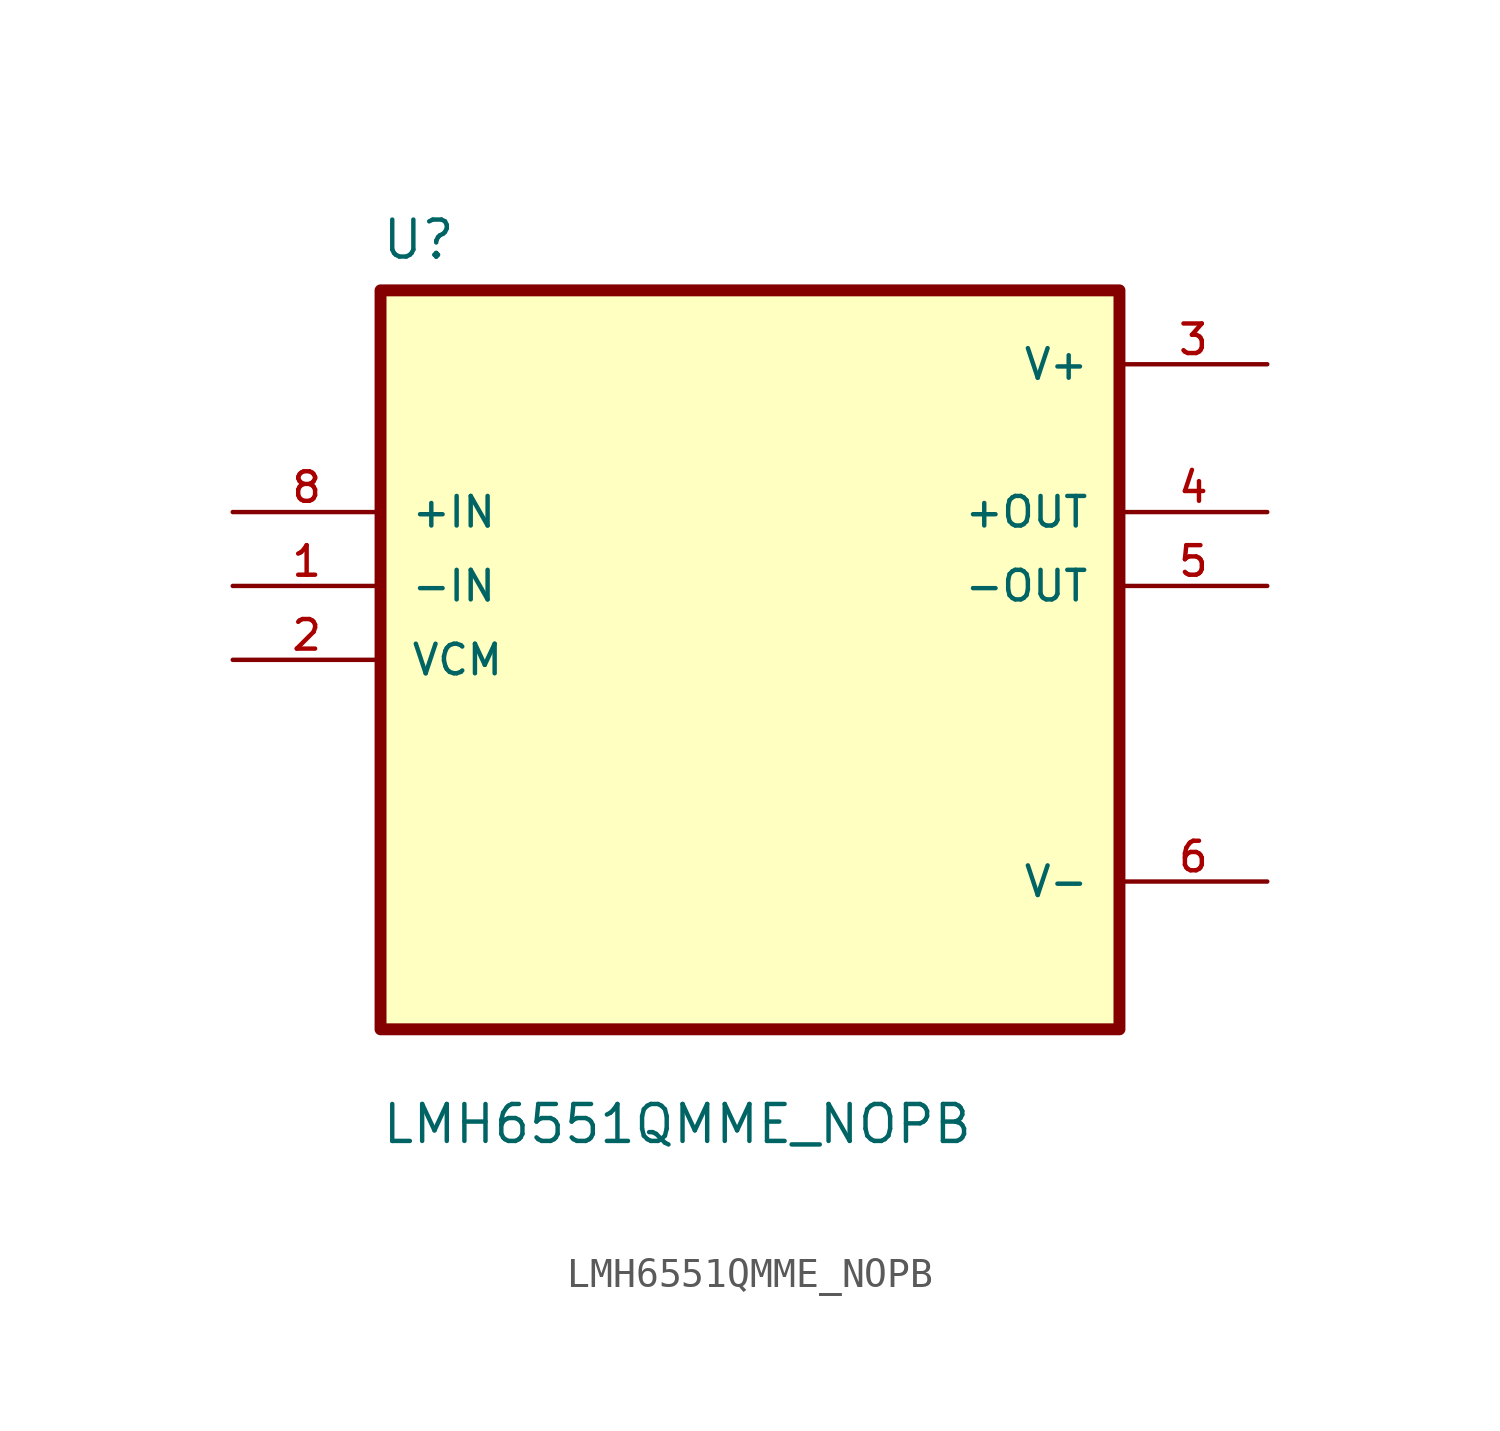
<source format=kicad_sym>
(kicad_symbol_lib
  (version 20211014)
  (generator kicad_symbol_editor)
  (symbol "LMH6551QMME_NOPB"
    (pin_names
      (offset 1.016))
    (property "Reference" "U"
      (at -12.7 13.7 0.0)
      (effects (font (size 1.27 1.27)) (justify bottom left)))
    (property "Value" "LMH6551QMME_NOPB"
      (at -12.7 -16.7 0.0)
      (effects (font (size 1.27 1.27)) (justify bottom left)))
    (symbol "LMH6551QMME_NOPB_0_0"
      (rectangle (start -12.7 -12.7) (end 12.7 12.7) (stroke (width 0.41)) (fill (type background)))
      (pin input line (at -17.78 5.08 0) (length 5.08) (name "+IN" (effects (font (size 1.016 1.016)))) (number "8" (effects (font (size 1.016 1.016)))))
      (pin input line (at -17.78 2.54 0) (length 5.08) (name "-IN" (effects (font (size 1.016 1.016)))) (number "1" (effects (font (size 1.016 1.016)))))
      (pin input line (at -17.78 -8.88178e-16 0) (length 5.08) (name "VCM" (effects (font (size 1.016 1.016)))) (number "2" (effects (font (size 1.016 1.016)))))
      (pin power_in line (at 17.78 10.16 180.0) (length 5.08) (name "V+" (effects (font (size 1.016 1.016)))) (number "3" (effects (font (size 1.016 1.016)))))
      (pin output line (at 17.78 5.08 180.0) (length 5.08) (name "+OUT" (effects (font (size 1.016 1.016)))) (number "4" (effects (font (size 1.016 1.016)))))
      (pin output line (at 17.78 2.54 180.0) (length 5.08) (name "-OUT" (effects (font (size 1.016 1.016)))) (number "5" (effects (font (size 1.016 1.016)))))
      (pin power_in line (at 17.78 -7.62 180.0) (length 5.08) (name "V-" (effects (font (size 1.016 1.016)))) (number "6" (effects (font (size 1.016 1.016))))))))
</source>
